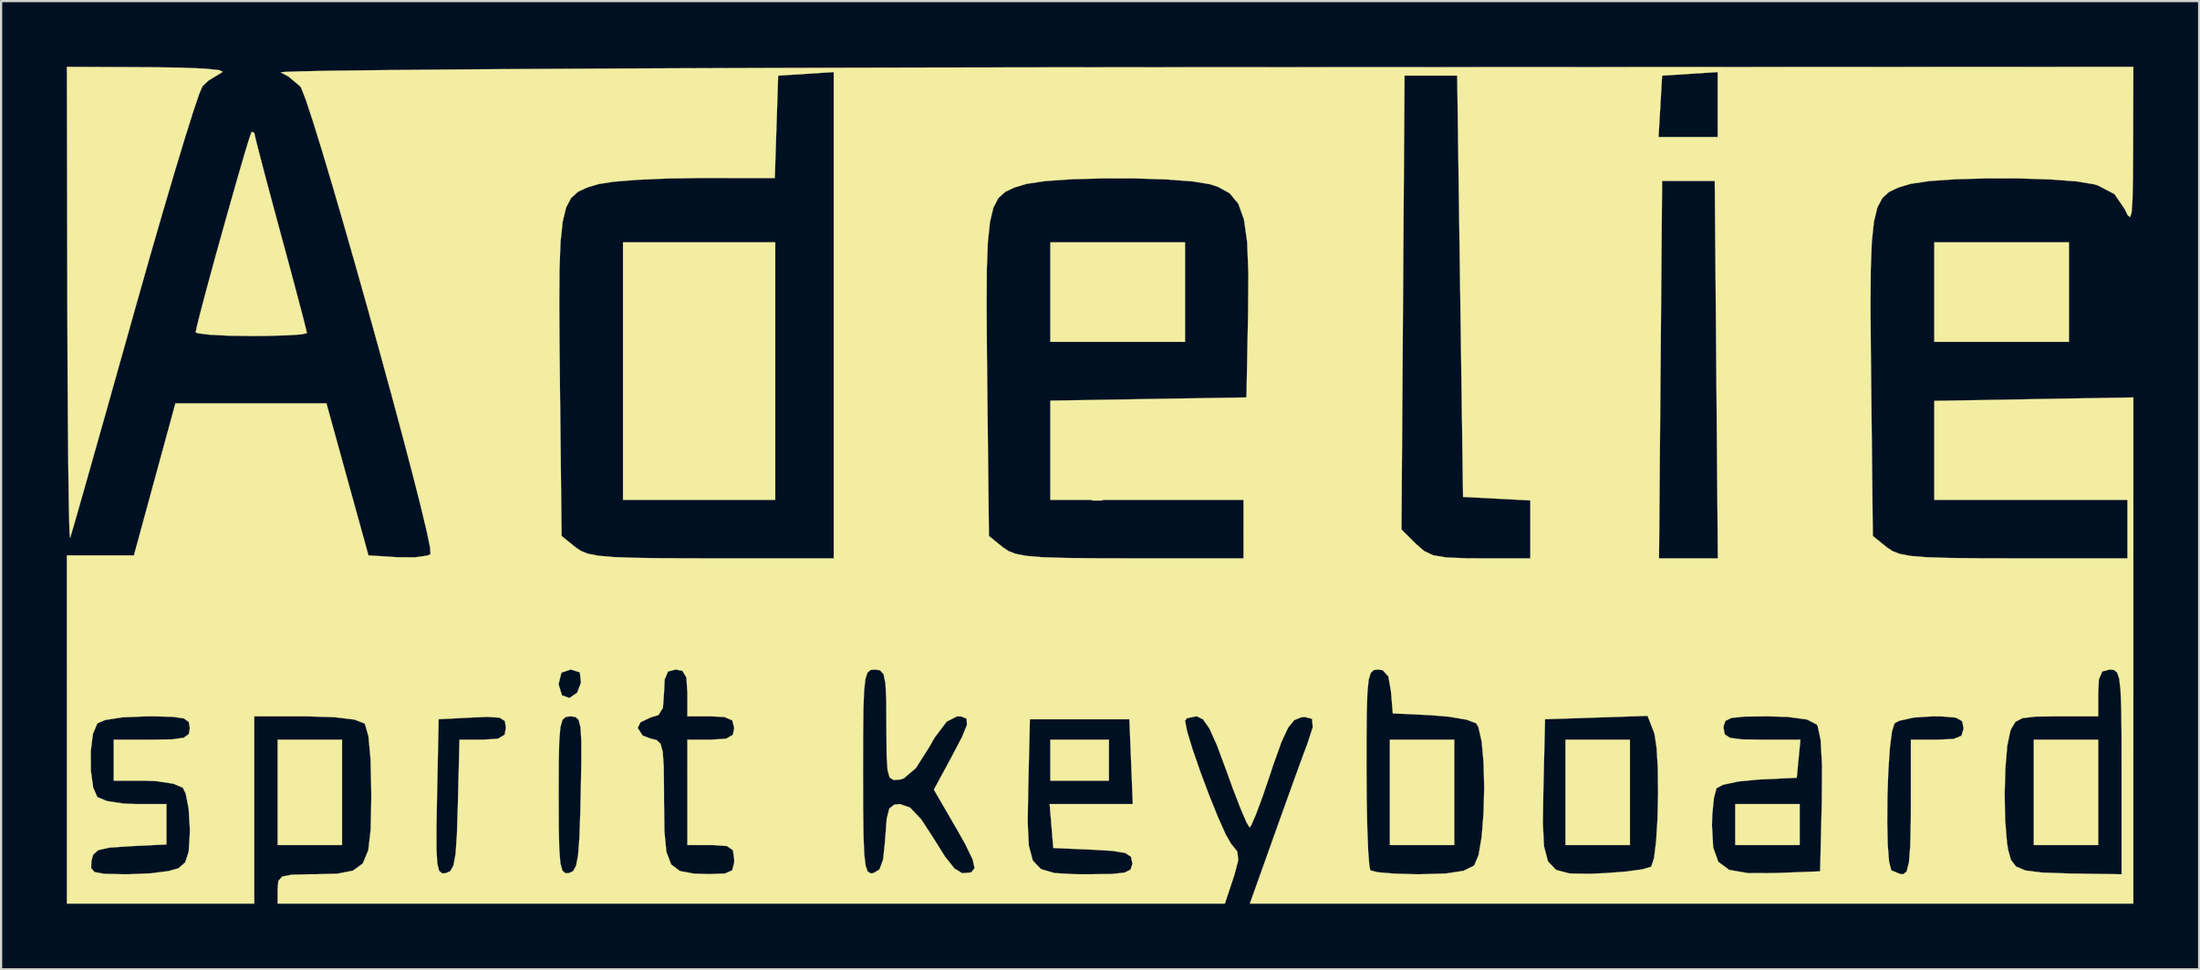
<source format=kicad_pcb>
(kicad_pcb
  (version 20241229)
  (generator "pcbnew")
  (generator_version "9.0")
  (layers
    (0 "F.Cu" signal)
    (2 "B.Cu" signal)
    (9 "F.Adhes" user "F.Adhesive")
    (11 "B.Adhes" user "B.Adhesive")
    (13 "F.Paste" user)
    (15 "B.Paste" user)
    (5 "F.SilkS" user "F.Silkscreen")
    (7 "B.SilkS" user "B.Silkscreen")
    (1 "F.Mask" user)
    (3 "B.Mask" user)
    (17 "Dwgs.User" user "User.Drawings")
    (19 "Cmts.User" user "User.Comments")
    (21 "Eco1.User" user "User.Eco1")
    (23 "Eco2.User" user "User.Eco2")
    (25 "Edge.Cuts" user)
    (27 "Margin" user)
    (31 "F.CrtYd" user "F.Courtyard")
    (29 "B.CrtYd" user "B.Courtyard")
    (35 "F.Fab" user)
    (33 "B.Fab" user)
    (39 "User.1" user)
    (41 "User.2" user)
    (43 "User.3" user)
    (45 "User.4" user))
  (footprint "6"
    (layer "F.Cu")
    (at 47.063 18.988)
    (property "Reference" "6" (at 0 0 0) (layer "F.SilkS") (effects (font (size 1.524 1.524) (thickness 0.3))))
    (attr through_hole)
    (fp_poly (pts (xy -34.491 16.577) (xy -37.432 16.577) (xy -37.432 11.764) (xy -34.491 11.764) (xy -34.491 16.577)) (stroke (width 0.01) (type solid)) (fill yes) (layer "F.SilkS"))
    (fp_poly (pts (xy -14.705 0.802) (xy -21.657 0.802) (xy -21.657 -10.962) (xy -14.705 -10.962) (xy -14.705 0.802)) (stroke (width 0.01) (type solid)) (fill yes) (layer "F.SilkS"))
    (fp_poly (pts (xy 0.535 13.636) (xy -2.139 13.636) (xy -2.139 11.764) (xy 0.535 11.764) (xy 0.535 13.636)) (stroke (width 0.01) (type solid)) (fill yes) (layer "F.SilkS"))
    (fp_poly (pts (xy 4.011 -6.417) (xy -2.139 -6.417) (xy -2.139 -10.962) (xy 4.011 -10.962) (xy 4.011 -6.417)) (stroke (width 0.01) (type solid)) (fill yes) (layer "F.SilkS"))
    (fp_poly (pts (xy 16.309 16.577) (xy 13.368 16.577) (xy 13.368 11.764) (xy 16.309 11.764) (xy 16.309 16.577)) (stroke (width 0.01) (type solid)) (fill yes) (layer "F.SilkS"))
    (fp_poly (pts (xy 24.331 16.577) (xy 21.389 16.577) (xy 21.389 11.764) (xy 24.331 11.764) (xy 24.331 16.577)) (stroke (width 0.01) (type solid)) (fill yes) (layer "F.SilkS"))
    (fp_poly (pts (xy 32.084 16.577) (xy 29.143 16.577) (xy 29.143 14.705) (xy 32.084 14.705) (xy 32.084 16.577)) (stroke (width 0.01) (type solid)) (fill yes) (layer "F.SilkS"))
    (fp_poly (pts (xy 44.383 -6.417) (xy 38.234 -6.417) (xy 38.234 -10.962) (xy 44.383 -10.962) (xy 44.383 -6.417)) (stroke (width 0.01) (type solid)) (fill yes) (layer "F.SilkS"))
    (fp_poly (pts (xy 45.72 16.577) (xy 42.779 16.577) (xy 42.779 11.764) (xy 45.72 11.764) (xy 45.72 16.577)) (stroke (width 0.01) (type solid)) (fill yes) (layer "F.SilkS"))
    (fp_poly (pts (xy -38.501 -15.97) (xy -38.434 -15.672) (xy -38.249 -14.945) (xy -37.969 -13.876) (xy -37.616 -12.555) (xy -37.298 -11.378) (xy -36.904 -9.919) (xy -36.564 -8.647) (xy -36.301 -7.648) (xy -36.138 -7.009) (xy -36.095 -6.815) (xy -36.343 -6.759) (xy -37.009 -6.715) (xy -37.978 -6.689) (xy -38.635 -6.684) (xy -39.726 -6.701) (xy -40.583 -6.747) (xy -41.088 -6.813) (xy -41.175 -6.857) (xy -41.106 -7.187) (xy -40.92 -7.919) (xy -40.645 -8.951) (xy -40.31 -10.182) (xy -39.942 -11.509) (xy -39.57 -12.83) (xy -39.224 -14.044) (xy -38.931 -15.047) (xy -38.72 -15.737) (xy -38.619 -16.013) (xy -38.501 -15.97)) (stroke (width 0.01) (type solid)) (fill yes) (layer "F.SilkS"))
    (fp_poly (pts (xy -43.247 -18.966) (xy -41.819 -18.946) (xy -40.757 -18.901) (xy -40.113 -18.836) (xy -39.937 -18.755) (xy -39.981 -18.729) (xy -40.594 -18.355) (xy -40.865 -18.098) (xy -41.011 -17.756) (xy -41.282 -16.957) (xy -41.659 -15.76) (xy -42.125 -14.222) (xy -42.662 -12.403) (xy -43.253 -10.362) (xy -43.879 -8.156) (xy -44.005 -7.708) (xy -44.63 -5.485) (xy -45.211 -3.42) (xy -45.733 -1.572) (xy -46.179 0.004) (xy -46.533 1.248) (xy -46.78 2.104) (xy -46.902 2.516) (xy -46.91 2.54) (xy -46.933 2.341) (xy -46.955 1.661) (xy -46.976 0.556) (xy -46.995 -0.922) (xy -47.011 -2.717) (xy -47.024 -4.776) (xy -47.033 -7.044) (xy -47.036 -8.088) (xy -47.057 -18.983) (xy -43.247 -18.966)) (stroke (width 0.01) (type solid)) (fill yes) (layer "F.SilkS"))
    (fp_poly (pts (xy 47.314 -15.307) (xy 47.306 -13.859) (xy 47.285 -12.886) (xy 47.245 -12.325) (xy 47.176 -12.116) (xy 47.071 -12.198) (xy 46.933 -12.481) (xy 46.465 -13.168) (xy 45.697 -13.569) (xy 45.54 -13.616) (xy 44.745 -13.748) (xy 43.567 -13.838) (xy 42.156 -13.885) (xy 40.661 -13.888) (xy 39.232 -13.849) (xy 38.017 -13.766) (xy 37.168 -13.64) (xy 37.095 -13.621) (xy 36.58 -13.465) (xy 36.173 -13.273) (xy 35.861 -12.989) (xy 35.632 -12.552) (xy 35.475 -11.904) (xy 35.379 -10.985) (xy 35.331 -9.738) (xy 35.32 -8.102) (xy 35.334 -6.02) (xy 35.347 -4.817) (xy 35.426 2.454) (xy 36.058 2.965) (xy 36.32 3.143) (xy 36.656 3.274) (xy 37.146 3.366) (xy 37.868 3.425) (xy 38.901 3.458) (xy 40.324 3.473) (xy 41.873 3.476) (xy 47.057 3.476) (xy 47.057 0.802) (xy 38.234 0.802) (xy 38.234 -3.719) (xy 42.779 -3.798) (xy 47.325 -3.877) (xy 47.325 7.687) (xy 47.324 19.251) (xy 6.974 19.251) (xy 8.142 15.975) (xy 8.609 14.67) (xy 9.036 13.484) (xy 9.192 13.056) (xy 12.299 13.056) (xy 12.309 14.557) (xy 12.337 15.866) (xy 12.379 16.894) (xy 12.433 17.547) (xy 12.477 17.735) (xy 12.812 17.82) (xy 13.538 17.883) (xy 14.512 17.913) (xy 14.731 17.914) (xy 15.942 17.877) (xy 16.725 17.757) (xy 17.181 17.535) (xy 17.226 17.494) (xy 17.42 17.037) (xy 17.561 16.2) (xy 17.611 15.562) (xy 20.354 15.562) (xy 20.406 16.634) (xy 20.589 17.325) (xy 20.959 17.714) (xy 21.574 17.877) (xy 22.49 17.891) (xy 23.176 17.863) (xy 24.15 17.79) (xy 24.907 17.686) (xy 25.296 17.57) (xy 25.306 17.562) (xy 25.433 17.177) (xy 25.529 16.398) (xy 25.573 15.689) (xy 28.078 15.689) (xy 28.134 16.693) (xy 28.369 17.346) (xy 28.87 17.713) (xy 29.724 17.862) (xy 30.978 17.858) (xy 33.02 17.78) (xy 33.073 15.539) (xy 36.083 15.539) (xy 36.107 16.579) (xy 36.169 17.355) (xy 36.27 17.733) (xy 36.273 17.735) (xy 36.678 17.903) (xy 36.808 17.914) (xy 36.968 17.793) (xy 37.075 17.381) (xy 37.137 16.607) (xy 37.162 15.397) (xy 37.164 14.839) (xy 37.164 14.247) (xy 41.446 14.247) (xy 41.469 15.441) (xy 41.552 16.458) (xy 41.606 16.797) (xy 41.735 17.257) (xy 41.967 17.56) (xy 42.402 17.741) (xy 43.142 17.834) (xy 44.287 17.875) (xy 44.717 17.883) (xy 46.789 17.914) (xy 46.789 13.235) (xy 46.787 11.551) (xy 46.773 10.328) (xy 46.74 9.493) (xy 46.68 8.972) (xy 46.583 8.691) (xy 46.441 8.577) (xy 46.255 8.556) (xy 45.905 8.645) (xy 45.75 9.008) (xy 45.72 9.625) (xy 45.72 10.695) (xy 43.842 10.695) (xy 42.852 10.708) (xy 42.263 10.777) (xy 41.941 10.945) (xy 41.753 11.254) (xy 41.703 11.381) (xy 41.566 12.04) (xy 41.48 13.054) (xy 41.446 14.247) (xy 37.164 14.247) (xy 37.164 11.764) (xy 38.367 11.764) (xy 39.119 11.729) (xy 39.475 11.584) (xy 39.57 11.268) (xy 39.571 11.229) (xy 39.504 10.916) (xy 39.22 10.755) (xy 38.588 10.699) (xy 38.153 10.695) (xy 37.29 10.752) (xy 36.63 10.899) (xy 36.416 11.016) (xy 36.298 11.388) (xy 36.202 12.159) (xy 36.133 13.197) (xy 36.092 14.368) (xy 36.083 15.539) (xy 33.073 15.539) (xy 33.096 14.61) (xy 33.106 12.93) (xy 33.043 11.774) (xy 32.909 11.144) (xy 32.862 11.067) (xy 32.419 10.84) (xy 31.527 10.72) (xy 30.581 10.695) (xy 29.566 10.708) (xy 28.973 10.767) (xy 28.692 10.903) (xy 28.611 11.145) (xy 28.608 11.229) (xy 28.662 11.518) (xy 28.902 11.679) (xy 29.444 11.749) (xy 30.363 11.764) (xy 32.118 11.764) (xy 32.034 12.633) (xy 31.951 13.502) (xy 30.22 13.583) (xy 29.28 13.673) (xy 28.58 13.824) (xy 28.285 13.984) (xy 28.168 14.422) (xy 28.092 15.184) (xy 28.078 15.689) (xy 25.573 15.689) (xy 25.592 15.366) (xy 25.619 14.22) (xy 25.607 13.102) (xy 25.553 12.151) (xy 25.455 11.507) (xy 25.427 11.42) (xy 25.138 10.674) (xy 20.454 10.828) (xy 20.378 14.034) (xy 20.354 15.562) (xy 17.611 15.562) (xy 17.646 15.121) (xy 17.676 13.941) (xy 17.647 12.797) (xy 17.559 11.831) (xy 17.409 11.18) (xy 17.302 11.009) (xy 16.868 10.848) (xy 16.08 10.714) (xy 15.23 10.642) (xy 13.502 10.561) (xy 13.419 9.558) (xy 13.299 8.872) (xy 13.039 8.588) (xy 12.818 8.556) (xy 12.628 8.583) (xy 12.491 8.715) (xy 12.398 9.027) (xy 12.341 9.592) (xy 12.312 10.488) (xy 12.3 11.787) (xy 12.299 13.056) (xy 9.192 13.056) (xy 9.378 12.544) (xy 9.591 11.973) (xy 9.601 11.947) (xy 9.847 11.19) (xy 9.815 10.812) (xy 9.483 10.724) (xy 9.307 10.743) (xy 9 10.87) (xy 8.719 11.214) (xy 8.416 11.867) (xy 8.04 12.919) (xy 7.914 13.302) (xy 7.556 14.355) (xy 7.248 15.184) (xy 7.032 15.681) (xy 6.962 15.774) (xy 6.819 15.539) (xy 6.547 14.904) (xy 6.19 13.977) (xy 5.922 13.234) (xy 5.474 12.025) (xy 5.126 11.251) (xy 4.835 10.835) (xy 4.556 10.696) (xy 4.518 10.695) (xy 4.098 10.783) (xy 4.011 10.895) (xy 4.106 11.381) (xy 4.356 12.204) (xy 4.71 13.227) (xy 5.116 14.309) (xy 5.52 15.311) (xy 5.871 16.097) (xy 6.117 16.525) (xy 6.134 16.543) (xy 6.398 16.871) (xy 6.444 17.259) (xy 6.278 17.902) (xy 6.209 18.114) (xy 5.832 19.251) (xy -37.432 19.251) (xy -37.432 18.582) (xy -37.401 18.221) (xy -37.227 18.021) (xy -36.789 17.934) (xy -35.965 17.914) (xy -35.713 17.914) (xy -34.697 17.886) (xy -33.992 17.749) (xy -33.543 17.419) (xy -33.291 16.815) (xy -33.18 15.853) (xy -33.18 15.832) (xy -30.179 15.832) (xy -30.177 16.819) (xy -30.139 17.434) (xy -30.056 17.758) (xy -29.917 17.872) (xy -29.753 17.865) (xy -29.542 17.766) (xy -29.399 17.503) (xy -29.305 16.984) (xy -29.245 16.116) (xy -29.202 14.808) (xy -29.201 14.769) (xy -29.19 14.324) (xy -24.598 14.324) (xy -24.592 15.782) (xy -24.569 16.785) (xy -24.518 17.413) (xy -24.427 17.748) (xy -24.286 17.868) (xy -24.13 17.863) (xy -23.937 17.771) (xy -23.801 17.526) (xy -23.709 17.043) (xy -23.648 16.236) (xy -23.606 15.022) (xy -23.588 14.234) (xy -23.561 12.801) (xy -23.561 11.818) (xy -23.596 11.229) (xy -20.988 11.229) (xy -20.761 11.575) (xy -20.387 11.716) (xy -20.118 11.781) (xy -19.944 11.949) (xy -19.844 12.318) (xy -19.798 12.989) (xy -19.786 14.059) (xy -19.785 14.577) (xy -19.767 15.956) (xy -19.677 16.889) (xy -19.459 17.463) (xy -19.06 17.765) (xy -18.425 17.884) (xy -17.713 17.906) (xy -16.997 17.879) (xy -16.668 17.731) (xy -16.579 17.374) (xy -16.577 17.245) (xy -16.635 16.815) (xy -16.911 16.623) (xy -17.553 16.577) (xy -17.646 16.577) (xy -18.716 16.577) (xy -18.716 13.254) (xy -10.695 13.254) (xy -10.691 14.945) (xy -10.675 16.173) (xy -10.64 17.008) (xy -10.578 17.522) (xy -10.483 17.786) (xy -10.346 17.872) (xy -10.227 17.864) (xy -9.944 17.693) (xy -9.777 17.237) (xy -9.687 16.379) (xy -9.679 16.24) (xy -9.612 15.37) (xy -9.493 14.909) (xy -9.266 14.73) (xy -9.006 14.705) (xy -8.55 14.864) (xy -8.047 15.391) (xy -7.54 16.165) (xy -6.949 17.108) (xy -6.518 17.65) (xy -6.163 17.867) (xy -5.803 17.836) (xy -5.741 17.814) (xy -5.6 17.636) (xy -5.687 17.236) (xy -6.028 16.531) (xy -6.409 15.857) (xy -6.59 15.544) (xy -3.175 15.544) (xy -3.125 16.6) (xy -2.942 17.284) (xy -2.569 17.677) (xy -1.946 17.859) (xy -1.015 17.911) (xy -0.35 17.914) (xy 0.661 17.9) (xy 1.249 17.839) (xy 1.525 17.7) (xy 1.603 17.454) (xy 1.604 17.391) (xy 1.542 17.109) (xy 1.28 16.939) (xy 0.702 16.844) (xy -0.201 16.79) (xy -2.005 16.711) (xy -2.088 15.708) (xy -2.171 14.705) (xy 1.628 14.705) (xy 1.549 12.767) (xy 1.471 10.828) (xy -3.075 10.828) (xy -3.151 14.034) (xy -3.175 15.544) (xy -6.59 15.544) (xy -7.459 14.046) (xy -6.671 12.59) (xy -6.18 11.654) (xy -5.949 11.089) (xy -5.962 10.802) (xy -6.207 10.702) (xy -6.4 10.695) (xy -6.874 10.936) (xy -7.429 11.673) (xy -7.67 12.098) (xy -8.282 13.061) (xy -8.834 13.532) (xy -9.024 13.588) (xy -9.302 13.604) (xy -9.477 13.494) (xy -9.574 13.16) (xy -9.616 12.507) (xy -9.625 11.439) (xy -9.625 11.114) (xy -9.633 9.929) (xy -9.671 9.179) (xy -9.759 8.766) (xy -9.918 8.591) (xy -10.16 8.556) (xy -10.352 8.579) (xy -10.492 8.698) (xy -10.587 8.985) (xy -10.647 9.515) (xy -10.679 10.361) (xy -10.692 11.596) (xy -10.695 13.254) (xy -18.716 13.254) (xy -18.716 11.764) (xy -17.646 11.764) (xy -16.947 11.719) (xy -16.637 11.538) (xy -16.577 11.229) (xy -16.667 10.88) (xy -17.029 10.725) (xy -17.646 10.695) (xy -18.716 10.695) (xy -18.716 9.625) (xy -18.761 8.926) (xy -18.942 8.616) (xy -19.251 8.556) (xy -19.603 8.647) (xy -19.757 9.015) (xy -19.785 9.607) (xy -19.835 10.307) (xy -20.039 10.637) (xy -20.387 10.743) (xy -20.857 10.962) (xy -20.988 11.229) (xy -23.596 11.229) (xy -23.597 11.201) (xy -23.682 10.864) (xy -23.827 10.724) (xy -24.041 10.695) (xy -24.055 10.695) (xy -24.273 10.722) (xy -24.423 10.858) (xy -24.518 11.188) (xy -24.57 11.794) (xy -24.593 12.76) (xy -24.598 14.169) (xy -24.598 14.324) (xy -29.19 14.324) (xy -29.126 11.764) (xy -28.065 11.764) (xy -27.371 11.72) (xy -27.065 11.537) (xy -27.004 11.216) (xy -27.055 10.909) (xy -27.29 10.757) (xy -27.836 10.721) (xy -28.542 10.748) (xy -30.079 10.828) (xy -30.154 14.392) (xy -30.179 15.832) (xy -33.18 15.832) (xy -33.154 14.451) (xy -33.154 14.205) (xy -33.186 12.668) (xy -33.283 11.612) (xy -33.44 11.06) (xy -33.475 11.016) (xy -33.929 10.843) (xy -34.844 10.733) (xy -36.147 10.695) (xy -38.501 10.695) (xy -38.501 19.251) (xy -47.057 19.251) (xy -47.057 12.288) (xy -45.968 12.288) (xy -45.964 13.179) (xy -45.857 13.954) (xy -45.667 14.384) (xy -45.231 14.567) (xy -44.467 14.683) (xy -43.929 14.705) (xy -42.512 14.705) (xy -42.512 16.551) (xy -44.183 16.631) (xy -45.106 16.694) (xy -45.622 16.807) (xy -45.86 17.018) (xy -45.939 17.312) (xy -45.95 17.633) (xy -45.794 17.813) (xy -45.356 17.893) (xy -44.524 17.913) (xy -44.25 17.914) (xy -43.253 17.873) (xy -42.414 17.767) (xy -41.959 17.637) (xy -41.653 17.367) (xy -41.495 16.884) (xy -41.443 16.042) (xy -41.442 15.819) (xy -41.495 14.922) (xy -41.631 14.226) (xy -41.763 13.957) (xy -42.199 13.774) (xy -42.963 13.658) (xy -43.501 13.636) (xy -44.918 13.636) (xy -44.918 11.764) (xy -43.18 11.764) (xy -42.239 11.748) (xy -41.715 11.673) (xy -41.489 11.505) (xy -41.442 11.229) (xy -41.491 10.953) (xy -41.711 10.792) (xy -42.216 10.717) (xy -43.117 10.695) (xy -43.394 10.695) (xy -44.501 10.739) (xy -45.307 10.861) (xy -45.667 11.016) (xy -45.869 11.496) (xy -45.968 12.288) (xy -47.057 12.288) (xy -47.057 11.296) (xy -47.057 9.244) (xy -24.598 9.244) (xy -24.445 9.738) (xy -24.103 9.858) (xy -23.751 9.617) (xy -23.577 9.155) (xy -23.628 8.685) (xy -24.042 8.556) (xy -24.045 8.556) (xy -24.471 8.699) (xy -24.598 9.209) (xy -24.598 9.244) (xy -47.057 9.244) (xy -47.058 3.342) (xy -43.996 3.342) (xy -43.048 -0.134) (xy -42.1 -3.609) (xy -35.205 -3.609) (xy -34.245 -0.134) (xy -33.284 3.342) (xy -31.978 3.425) (xy -31.172 3.431) (xy -30.593 3.352) (xy -30.448 3.283) (xy -30.469 2.986) (xy -30.623 2.242) (xy -30.891 1.118) (xy -31.256 -0.321) (xy -31.699 -2.008) (xy -32.2 -3.878) (xy -32.743 -5.864) (xy -33.308 -7.901) (xy -33.365 -8.102) (xy -24.57 -8.102) (xy -24.556 -6.02) (xy -24.543 -4.817) (xy -24.464 2.454) (xy -23.833 2.965) (xy -23.581 3.137) (xy -23.257 3.266) (xy -22.787 3.357) (xy -22.096 3.418) (xy -21.107 3.453) (xy -19.745 3.471) (xy -17.935 3.476) (xy -17.617 3.476) (xy -12.032 3.476) (xy -12.032 -8.102) (xy -5.052 -8.102) (xy -5.038 -6.02) (xy -5.026 -4.817) (xy -4.946 2.454) (xy -4.315 2.965) (xy -4.053 3.143) (xy -3.716 3.274) (xy -3.226 3.366) (xy -2.504 3.425) (xy -1.471 3.458) (xy -0.049 3.473) (xy 1.5 3.476) (xy 6.684 3.476) (xy 6.684 2.157) (xy 13.897 2.157) (xy 14.556 2.816) (xy 14.931 3.141) (xy 15.349 3.338) (xy 15.952 3.438) (xy 16.88 3.473) (xy 17.5 3.476) (xy 19.785 3.476) (xy 25.66 3.476) (xy 28.348 3.476) (xy 28.278 -5.147) (xy 28.207 -13.769) (xy 25.801 -13.769) (xy 25.731 -5.147) (xy 25.66 3.476) (xy 19.785 3.476) (xy 19.785 0.829) (xy 18.248 0.749) (xy 16.711 0.668) (xy 16.482 -15.775) (xy 25.639 -15.775) (xy 28.341 -15.775) (xy 28.341 -18.745) (xy 27.071 -18.664) (xy 25.801 -18.582) (xy 25.72 -17.178) (xy 25.639 -15.775) (xy 16.482 -15.775) (xy 16.443 -18.582) (xy 14.037 -18.582) (xy 13.967 -8.213) (xy 13.897 2.157) (xy 6.684 2.157) (xy 6.684 0.802) (xy -2.139 0.802) (xy -2.139 -3.73) (xy 6.818 -3.877) (xy 6.892 -7.678) (xy 6.906 -9.559) (xy 6.85 -10.979) (xy 6.704 -12.012) (xy 6.446 -12.728) (xy 6.056 -13.202) (xy 5.512 -13.504) (xy 5.168 -13.616) (xy 4.373 -13.748) (xy 3.195 -13.838) (xy 1.783 -13.885) (xy 0.288 -13.888) (xy -1.141 -13.849) (xy -2.355 -13.766) (xy -3.205 -13.64) (xy -3.278 -13.621) (xy -3.792 -13.465) (xy -4.2 -13.273) (xy -4.512 -12.989) (xy -4.741 -12.552) (xy -4.897 -11.904) (xy -4.994 -10.985) (xy -5.042 -9.738) (xy -5.052 -8.102) (xy -12.032 -8.102) (xy -12.032 -18.745) (xy -13.302 -18.664) (xy -14.572 -18.582) (xy -14.649 -16.243) (xy -14.726 -13.903) (xy -18.258 -13.902) (xy -19.679 -13.88) (xy -20.995 -13.822) (xy -22.068 -13.736) (xy -22.758 -13.631) (xy -22.796 -13.621) (xy -23.31 -13.465) (xy -23.718 -13.273) (xy -24.03 -12.989) (xy -24.259 -12.552) (xy -24.415 -11.904) (xy -24.512 -10.985) (xy -24.559 -9.738) (xy -24.57 -8.102) (xy -33.365 -8.102) (xy -33.878 -9.921) (xy -34.433 -11.86) (xy -34.955 -13.65) (xy -35.427 -15.226) (xy -35.829 -16.522) (xy -36.143 -17.472) (xy -36.351 -18.009) (xy -36.399 -18.091) (xy -36.94 -18.543) (xy -37.289 -18.729) (xy -37.087 -18.753) (xy -36.379 -18.777) (xy -35.191 -18.801) (xy -33.553 -18.823) (xy -31.491 -18.844) (xy -29.034 -18.865) (xy -26.21 -18.883) (xy -23.046 -18.901) (xy -19.57 -18.916) (xy -15.81 -18.93) (xy -11.795 -18.942) (xy -7.552 -18.952) (xy -3.108 -18.959) (xy 1.507 -18.964) (xy 4.746 -18.966) (xy 47.324 -18.983) (xy 47.314 -15.307)) (stroke (width 0.01) (type solid)) (fill yes) (layer "F.SilkS")))
  (gr_rect
    (start -3 -3)
    (end 97.393 41.244)
    (stroke (width 0.1) (type default))
    (fill no)
    (layer "Edge.Cuts")))
</source>
